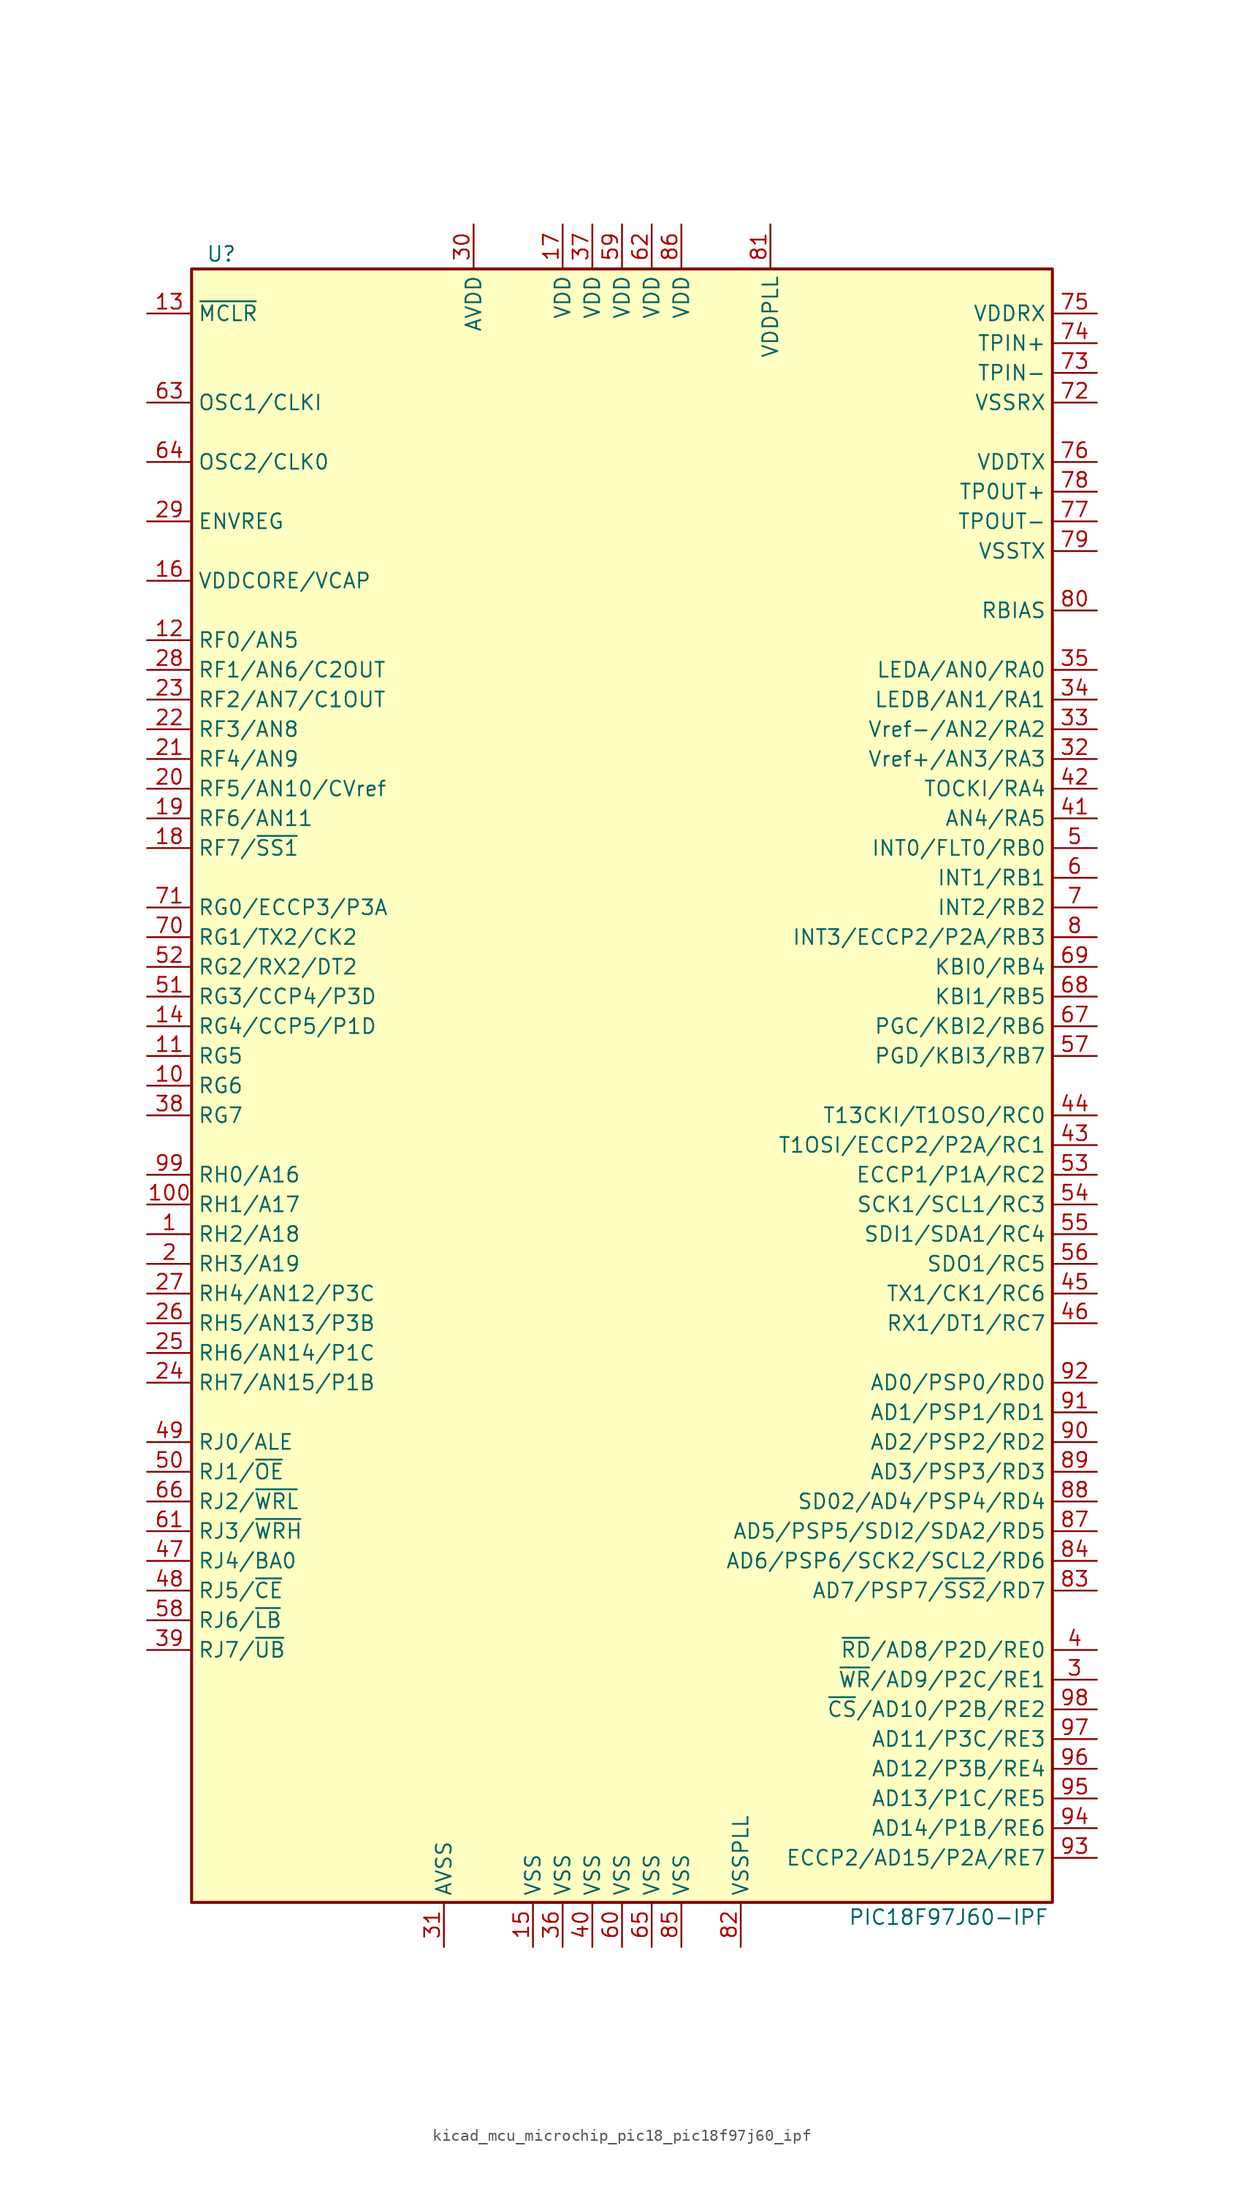
<source format=kicad_sym>
(kicad_symbol_lib
  (version 20220914)
  (generator kicad_symbol_editor)
  (symbol "kicad_mcu_microchip_pic18_pic18f97j60_ipf"
    (property "Reference" "U"
      (at -34.29 71.12 0)
      (effects (font (size 1.27 1.27))))
    (property "Value" "PIC18F97J60-IPF"
      (at 27.94 -71.12 0)
      (effects (font (size 1.27 1.27))))
    (symbol "kicad_mcu_microchip_pic18_pic18f97j60_ipf_0_1"
      (rectangle (start -36.83 69.85) (end 36.83 -69.85) (stroke (width 0.254) (type default)) (fill (type background))))
    (symbol "kicad_mcu_microchip_pic18_pic18f97j60_ipf_1_1"
      (pin bidirectional line (at -40.64 -12.7 0) (length 3.81) (name "RH2/A18" (effects (font (size 1.27 1.27)))) (number "1" (effects (font (size 1.27 1.27)))))
      (pin bidirectional line (at -40.64 0 0) (length 3.81) (name "RG6" (effects (font (size 1.27 1.27)))) (number "10" (effects (font (size 1.27 1.27)))))
      (pin bidirectional line (at -40.64 -10.16 0) (length 3.81) (name "RH1/A17" (effects (font (size 1.27 1.27)))) (number "100" (effects (font (size 1.27 1.27)))))
      (pin bidirectional line (at -40.64 2.54 0) (length 3.81) (name "RG5" (effects (font (size 1.27 1.27)))) (number "11" (effects (font (size 1.27 1.27)))))
      (pin bidirectional line (at -40.64 38.1 0) (length 3.81) (name "RF0/AN5" (effects (font (size 1.27 1.27)))) (number "12" (effects (font (size 1.27 1.27)))))
      (pin input line (at -40.64 66.04 0) (length 3.81) (name "~{MCLR}" (effects (font (size 1.27 1.27)))) (number "13" (effects (font (size 1.27 1.27)))))
      (pin bidirectional line (at -40.64 5.08 0) (length 3.81) (name "RG4/CCP5/P1D" (effects (font (size 1.27 1.27)))) (number "14" (effects (font (size 1.27 1.27)))))
      (pin power_in line (at -7.62 -73.66 90) (length 3.81) (name "VSS" (effects (font (size 1.27 1.27)))) (number "15" (effects (font (size 1.27 1.27)))))
      (pin passive line (at -40.64 43.18 0) (length 3.81) (name "VDDCORE/VCAP" (effects (font (size 1.27 1.27)))) (number "16" (effects (font (size 1.27 1.27)))))
      (pin power_in line (at -5.08 73.66 270) (length 3.81) (name "VDD" (effects (font (size 1.27 1.27)))) (number "17" (effects (font (size 1.27 1.27)))))
      (pin bidirectional line (at -40.64 20.32 0) (length 3.81) (name "RF7/~{SS1}" (effects (font (size 1.27 1.27)))) (number "18" (effects (font (size 1.27 1.27)))))
      (pin bidirectional line (at -40.64 22.86 0) (length 3.81) (name "RF6/AN11" (effects (font (size 1.27 1.27)))) (number "19" (effects (font (size 1.27 1.27)))))
      (pin bidirectional line (at -40.64 -15.24 0) (length 3.81) (name "RH3/A19" (effects (font (size 1.27 1.27)))) (number "2" (effects (font (size 1.27 1.27)))))
      (pin bidirectional line (at -40.64 25.4 0) (length 3.81) (name "RF5/AN10/CVref" (effects (font (size 1.27 1.27)))) (number "20" (effects (font (size 1.27 1.27)))))
      (pin bidirectional line (at -40.64 27.94 0) (length 3.81) (name "RF4/AN9" (effects (font (size 1.27 1.27)))) (number "21" (effects (font (size 1.27 1.27)))))
      (pin bidirectional line (at -40.64 30.48 0) (length 3.81) (name "RF3/AN8" (effects (font (size 1.27 1.27)))) (number "22" (effects (font (size 1.27 1.27)))))
      (pin bidirectional line (at -40.64 33.02 0) (length 3.81) (name "RF2/AN7/C1OUT" (effects (font (size 1.27 1.27)))) (number "23" (effects (font (size 1.27 1.27)))))
      (pin bidirectional line (at -40.64 -25.4 0) (length 3.81) (name "RH7/AN15/P1B" (effects (font (size 1.27 1.27)))) (number "24" (effects (font (size 1.27 1.27)))))
      (pin bidirectional line (at -40.64 -22.86 0) (length 3.81) (name "RH6/AN14/P1C" (effects (font (size 1.27 1.27)))) (number "25" (effects (font (size 1.27 1.27)))))
      (pin bidirectional line (at -40.64 -20.32 0) (length 3.81) (name "RH5/AN13/P3B" (effects (font (size 1.27 1.27)))) (number "26" (effects (font (size 1.27 1.27)))))
      (pin bidirectional line (at -40.64 -17.78 0) (length 3.81) (name "RH4/AN12/P3C" (effects (font (size 1.27 1.27)))) (number "27" (effects (font (size 1.27 1.27)))))
      (pin bidirectional line (at -40.64 35.56 0) (length 3.81) (name "RF1/AN6/C2OUT" (effects (font (size 1.27 1.27)))) (number "28" (effects (font (size 1.27 1.27)))))
      (pin passive line (at -40.64 48.26 0) (length 3.81) (name "ENVREG" (effects (font (size 1.27 1.27)))) (number "29" (effects (font (size 1.27 1.27)))))
      (pin bidirectional line (at 40.64 -50.8 180) (length 3.81) (name "~{WR}/AD9/P2C/RE1" (effects (font (size 1.27 1.27)))) (number "3" (effects (font (size 1.27 1.27)))))
      (pin power_in line (at -12.7 73.66 270) (length 3.81) (name "AVDD" (effects (font (size 1.27 1.27)))) (number "30" (effects (font (size 1.27 1.27)))))
      (pin power_in line (at -15.24 -73.66 90) (length 3.81) (name "AVSS" (effects (font (size 1.27 1.27)))) (number "31" (effects (font (size 1.27 1.27)))))
      (pin bidirectional line (at 40.64 27.94 180) (length 3.81) (name "Vref+/AN3/RA3" (effects (font (size 1.27 1.27)))) (number "32" (effects (font (size 1.27 1.27)))))
      (pin bidirectional line (at 40.64 30.48 180) (length 3.81) (name "Vref-/AN2/RA2" (effects (font (size 1.27 1.27)))) (number "33" (effects (font (size 1.27 1.27)))))
      (pin bidirectional line (at 40.64 33.02 180) (length 3.81) (name "LEDB/AN1/RA1" (effects (font (size 1.27 1.27)))) (number "34" (effects (font (size 1.27 1.27)))))
      (pin bidirectional line (at 40.64 35.56 180) (length 3.81) (name "LEDA/AN0/RA0" (effects (font (size 1.27 1.27)))) (number "35" (effects (font (size 1.27 1.27)))))
      (pin power_in line (at -5.08 -73.66 90) (length 3.81) (name "VSS" (effects (font (size 1.27 1.27)))) (number "36" (effects (font (size 1.27 1.27)))))
      (pin power_in line (at -2.54 73.66 270) (length 3.81) (name "VDD" (effects (font (size 1.27 1.27)))) (number "37" (effects (font (size 1.27 1.27)))))
      (pin bidirectional line (at -40.64 -2.54 0) (length 3.81) (name "RG7" (effects (font (size 1.27 1.27)))) (number "38" (effects (font (size 1.27 1.27)))))
      (pin bidirectional line (at -40.64 -48.26 0) (length 3.81) (name "RJ7/~{UB}" (effects (font (size 1.27 1.27)))) (number "39" (effects (font (size 1.27 1.27)))))
      (pin bidirectional line (at 40.64 -48.26 180) (length 3.81) (name "~{RD}/AD8/P2D/RE0" (effects (font (size 1.27 1.27)))) (number "4" (effects (font (size 1.27 1.27)))))
      (pin power_in line (at -2.54 -73.66 90) (length 3.81) (name "VSS" (effects (font (size 1.27 1.27)))) (number "40" (effects (font (size 1.27 1.27)))))
      (pin bidirectional line (at 40.64 22.86 180) (length 3.81) (name "AN4/RA5" (effects (font (size 1.27 1.27)))) (number "41" (effects (font (size 1.27 1.27)))))
      (pin bidirectional line (at 40.64 25.4 180) (length 3.81) (name "TOCKI/RA4" (effects (font (size 1.27 1.27)))) (number "42" (effects (font (size 1.27 1.27)))))
      (pin bidirectional line (at 40.64 -5.08 180) (length 3.81) (name "T1OSI/ECCP2/P2A/RC1" (effects (font (size 1.27 1.27)))) (number "43" (effects (font (size 1.27 1.27)))))
      (pin bidirectional line (at 40.64 -2.54 180) (length 3.81) (name "T13CKI/T1OSO/RC0" (effects (font (size 1.27 1.27)))) (number "44" (effects (font (size 1.27 1.27)))))
      (pin bidirectional line (at 40.64 -17.78 180) (length 3.81) (name "TX1/CK1/RC6" (effects (font (size 1.27 1.27)))) (number "45" (effects (font (size 1.27 1.27)))))
      (pin bidirectional line (at 40.64 -20.32 180) (length 3.81) (name "RX1/DT1/RC7" (effects (font (size 1.27 1.27)))) (number "46" (effects (font (size 1.27 1.27)))))
      (pin bidirectional line (at -40.64 -40.64 0) (length 3.81) (name "RJ4/BA0" (effects (font (size 1.27 1.27)))) (number "47" (effects (font (size 1.27 1.27)))))
      (pin bidirectional line (at -40.64 -43.18 0) (length 3.81) (name "RJ5/~{CE}" (effects (font (size 1.27 1.27)))) (number "48" (effects (font (size 1.27 1.27)))))
      (pin bidirectional line (at -40.64 -30.48 0) (length 3.81) (name "RJ0/ALE" (effects (font (size 1.27 1.27)))) (number "49" (effects (font (size 1.27 1.27)))))
      (pin bidirectional line (at 40.64 20.32 180) (length 3.81) (name "INT0/FLT0/RB0" (effects (font (size 1.27 1.27)))) (number "5" (effects (font (size 1.27 1.27)))))
      (pin bidirectional line (at -40.64 -33.02 0) (length 3.81) (name "RJ1/~{OE}" (effects (font (size 1.27 1.27)))) (number "50" (effects (font (size 1.27 1.27)))))
      (pin bidirectional line (at -40.64 7.62 0) (length 3.81) (name "RG3/CCP4/P3D" (effects (font (size 1.27 1.27)))) (number "51" (effects (font (size 1.27 1.27)))))
      (pin bidirectional line (at -40.64 10.16 0) (length 3.81) (name "RG2/RX2/DT2" (effects (font (size 1.27 1.27)))) (number "52" (effects (font (size 1.27 1.27)))))
      (pin bidirectional line (at 40.64 -7.62 180) (length 3.81) (name "ECCP1/P1A/RC2" (effects (font (size 1.27 1.27)))) (number "53" (effects (font (size 1.27 1.27)))))
      (pin bidirectional line (at 40.64 -10.16 180) (length 3.81) (name "SCK1/SCL1/RC3" (effects (font (size 1.27 1.27)))) (number "54" (effects (font (size 1.27 1.27)))))
      (pin bidirectional line (at 40.64 -12.7 180) (length 3.81) (name "SDI1/SDA1/RC4" (effects (font (size 1.27 1.27)))) (number "55" (effects (font (size 1.27 1.27)))))
      (pin bidirectional line (at 40.64 -15.24 180) (length 3.81) (name "SDO1/RC5" (effects (font (size 1.27 1.27)))) (number "56" (effects (font (size 1.27 1.27)))))
      (pin bidirectional line (at 40.64 2.54 180) (length 3.81) (name "PGD/KBI3/RB7" (effects (font (size 1.27 1.27)))) (number "57" (effects (font (size 1.27 1.27)))))
      (pin bidirectional line (at -40.64 -45.72 0) (length 3.81) (name "RJ6/~{LB}" (effects (font (size 1.27 1.27)))) (number "58" (effects (font (size 1.27 1.27)))))
      (pin power_in line (at 0 73.66 270) (length 3.81) (name "VDD" (effects (font (size 1.27 1.27)))) (number "59" (effects (font (size 1.27 1.27)))))
      (pin bidirectional line (at 40.64 17.78 180) (length 3.81) (name "INT1/RB1" (effects (font (size 1.27 1.27)))) (number "6" (effects (font (size 1.27 1.27)))))
      (pin power_in line (at 0 -73.66 90) (length 3.81) (name "VSS" (effects (font (size 1.27 1.27)))) (number "60" (effects (font (size 1.27 1.27)))))
      (pin bidirectional line (at -40.64 -38.1 0) (length 3.81) (name "RJ3/~{WRH}" (effects (font (size 1.27 1.27)))) (number "61" (effects (font (size 1.27 1.27)))))
      (pin power_in line (at 2.54 73.66 270) (length 3.81) (name "VDD" (effects (font (size 1.27 1.27)))) (number "62" (effects (font (size 1.27 1.27)))))
      (pin input line (at -40.64 58.42 0) (length 3.81) (name "OSC1/CLKI" (effects (font (size 1.27 1.27)))) (number "63" (effects (font (size 1.27 1.27)))))
      (pin output line (at -40.64 53.34 0) (length 3.81) (name "OSC2/CLK0" (effects (font (size 1.27 1.27)))) (number "64" (effects (font (size 1.27 1.27)))))
      (pin power_in line (at 2.54 -73.66 90) (length 3.81) (name "VSS" (effects (font (size 1.27 1.27)))) (number "65" (effects (font (size 1.27 1.27)))))
      (pin bidirectional line (at -40.64 -35.56 0) (length 3.81) (name "RJ2/~{WRL}" (effects (font (size 1.27 1.27)))) (number "66" (effects (font (size 1.27 1.27)))))
      (pin bidirectional line (at 40.64 5.08 180) (length 3.81) (name "PGC/KBI2/RB6" (effects (font (size 1.27 1.27)))) (number "67" (effects (font (size 1.27 1.27)))))
      (pin bidirectional line (at 40.64 7.62 180) (length 3.81) (name "KBI1/RB5" (effects (font (size 1.27 1.27)))) (number "68" (effects (font (size 1.27 1.27)))))
      (pin bidirectional line (at 40.64 10.16 180) (length 3.81) (name "KBI0/RB4" (effects (font (size 1.27 1.27)))) (number "69" (effects (font (size 1.27 1.27)))))
      (pin bidirectional line (at 40.64 15.24 180) (length 3.81) (name "INT2/RB2" (effects (font (size 1.27 1.27)))) (number "7" (effects (font (size 1.27 1.27)))))
      (pin bidirectional line (at -40.64 12.7 0) (length 3.81) (name "RG1/TX2/CK2" (effects (font (size 1.27 1.27)))) (number "70" (effects (font (size 1.27 1.27)))))
      (pin bidirectional line (at -40.64 15.24 0) (length 3.81) (name "RG0/ECCP3/P3A" (effects (font (size 1.27 1.27)))) (number "71" (effects (font (size 1.27 1.27)))))
      (pin power_in line (at 40.64 58.42 180) (length 3.81) (name "VSSRX" (effects (font (size 1.27 1.27)))) (number "72" (effects (font (size 1.27 1.27)))))
      (pin passive line (at 40.64 60.96 180) (length 3.81) (name "TPIN-" (effects (font (size 1.27 1.27)))) (number "73" (effects (font (size 1.27 1.27)))))
      (pin passive line (at 40.64 63.5 180) (length 3.81) (name "TPIN+" (effects (font (size 1.27 1.27)))) (number "74" (effects (font (size 1.27 1.27)))))
      (pin power_in line (at 40.64 66.04 180) (length 3.81) (name "VDDRX" (effects (font (size 1.27 1.27)))) (number "75" (effects (font (size 1.27 1.27)))))
      (pin power_in line (at 40.64 53.34 180) (length 3.81) (name "VDDTX" (effects (font (size 1.27 1.27)))) (number "76" (effects (font (size 1.27 1.27)))))
      (pin passive line (at 40.64 48.26 180) (length 3.81) (name "TPOUT-" (effects (font (size 1.27 1.27)))) (number "77" (effects (font (size 1.27 1.27)))))
      (pin passive line (at 40.64 50.8 180) (length 3.81) (name "TP0UT+" (effects (font (size 1.27 1.27)))) (number "78" (effects (font (size 1.27 1.27)))))
      (pin power_in line (at 40.64 45.72 180) (length 3.81) (name "VSSTX" (effects (font (size 1.27 1.27)))) (number "79" (effects (font (size 1.27 1.27)))))
      (pin bidirectional line (at 40.64 12.7 180) (length 3.81) (name "INT3/ECCP2/P2A/RB3" (effects (font (size 1.27 1.27)))) (number "8" (effects (font (size 1.27 1.27)))))
      (pin passive line (at 40.64 40.64 180) (length 3.81) (name "RBIAS" (effects (font (size 1.27 1.27)))) (number "80" (effects (font (size 1.27 1.27)))))
      (pin power_in line (at 12.7 73.66 270) (length 3.81) (name "VDDPLL" (effects (font (size 1.27 1.27)))) (number "81" (effects (font (size 1.27 1.27)))))
      (pin power_in line (at 10.16 -73.66 90) (length 3.81) (name "VSSPLL" (effects (font (size 1.27 1.27)))) (number "82" (effects (font (size 1.27 1.27)))))
      (pin bidirectional line (at 40.64 -43.18 180) (length 3.81) (name "AD7/PSP7/~{SS2}/RD7" (effects (font (size 1.27 1.27)))) (number "83" (effects (font (size 1.27 1.27)))))
      (pin bidirectional line (at 40.64 -40.64 180) (length 3.81) (name "AD6/PSP6/SCK2/SCL2/RD6" (effects (font (size 1.27 1.27)))) (number "84" (effects (font (size 1.27 1.27)))))
      (pin power_in line (at 5.08 -73.66 90) (length 3.81) (name "VSS" (effects (font (size 1.27 1.27)))) (number "85" (effects (font (size 1.27 1.27)))))
      (pin power_in line (at 5.08 73.66 270) (length 3.81) (name "VDD" (effects (font (size 1.27 1.27)))) (number "86" (effects (font (size 1.27 1.27)))))
      (pin bidirectional line (at 40.64 -38.1 180) (length 3.81) (name "AD5/PSP5/SDI2/SDA2/RD5" (effects (font (size 1.27 1.27)))) (number "87" (effects (font (size 1.27 1.27)))))
      (pin bidirectional line (at 40.64 -35.56 180) (length 3.81) (name "SD02/AD4/PSP4/RD4" (effects (font (size 1.27 1.27)))) (number "88" (effects (font (size 1.27 1.27)))))
      (pin bidirectional line (at 40.64 -33.02 180) (length 3.81) (name "AD3/PSP3/RD3" (effects (font (size 1.27 1.27)))) (number "89" (effects (font (size 1.27 1.27)))))
      (pin no_connect line (at -20.32 -69.85 90) (length 3.81) hide (name "NC" (effects (font (size 1.27 1.27)))) (number "9" (effects (font (size 1.27 1.27)))))
      (pin bidirectional line (at 40.64 -30.48 180) (length 3.81) (name "AD2/PSP2/RD2" (effects (font (size 1.27 1.27)))) (number "90" (effects (font (size 1.27 1.27)))))
      (pin bidirectional line (at 40.64 -27.94 180) (length 3.81) (name "AD1/PSP1/RD1" (effects (font (size 1.27 1.27)))) (number "91" (effects (font (size 1.27 1.27)))))
      (pin bidirectional line (at 40.64 -25.4 180) (length 3.81) (name "AD0/PSP0/RD0" (effects (font (size 1.27 1.27)))) (number "92" (effects (font (size 1.27 1.27)))))
      (pin bidirectional line (at 40.64 -66.04 180) (length 3.81) (name "ECCP2/AD15/P2A/RE7" (effects (font (size 1.27 1.27)))) (number "93" (effects (font (size 1.27 1.27)))))
      (pin bidirectional line (at 40.64 -63.5 180) (length 3.81) (name "AD14/P1B/RE6" (effects (font (size 1.27 1.27)))) (number "94" (effects (font (size 1.27 1.27)))))
      (pin bidirectional line (at 40.64 -60.96 180) (length 3.81) (name "AD13/P1C/RE5" (effects (font (size 1.27 1.27)))) (number "95" (effects (font (size 1.27 1.27)))))
      (pin bidirectional line (at 40.64 -58.42 180) (length 3.81) (name "AD12/P3B/RE4" (effects (font (size 1.27 1.27)))) (number "96" (effects (font (size 1.27 1.27)))))
      (pin bidirectional line (at 40.64 -55.88 180) (length 3.81) (name "AD11/P3C/RE3" (effects (font (size 1.27 1.27)))) (number "97" (effects (font (size 1.27 1.27)))))
      (pin bidirectional line (at 40.64 -53.34 180) (length 3.81) (name "~{CS}/AD10/P2B/RE2" (effects (font (size 1.27 1.27)))) (number "98" (effects (font (size 1.27 1.27)))))
      (pin bidirectional line (at -40.64 -7.62 0) (length 3.81) (name "RH0/A16" (effects (font (size 1.27 1.27)))) (number "99" (effects (font (size 1.27 1.27))))))))
</source>
